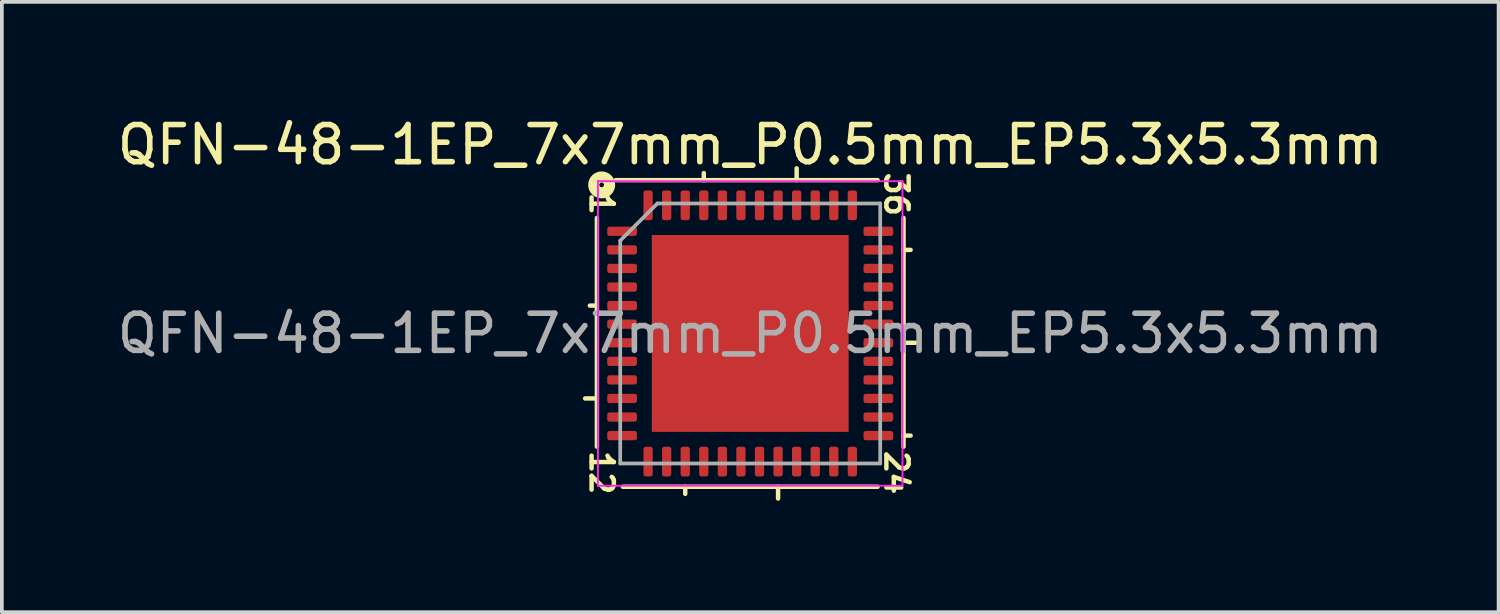
<source format=kicad_pcb>
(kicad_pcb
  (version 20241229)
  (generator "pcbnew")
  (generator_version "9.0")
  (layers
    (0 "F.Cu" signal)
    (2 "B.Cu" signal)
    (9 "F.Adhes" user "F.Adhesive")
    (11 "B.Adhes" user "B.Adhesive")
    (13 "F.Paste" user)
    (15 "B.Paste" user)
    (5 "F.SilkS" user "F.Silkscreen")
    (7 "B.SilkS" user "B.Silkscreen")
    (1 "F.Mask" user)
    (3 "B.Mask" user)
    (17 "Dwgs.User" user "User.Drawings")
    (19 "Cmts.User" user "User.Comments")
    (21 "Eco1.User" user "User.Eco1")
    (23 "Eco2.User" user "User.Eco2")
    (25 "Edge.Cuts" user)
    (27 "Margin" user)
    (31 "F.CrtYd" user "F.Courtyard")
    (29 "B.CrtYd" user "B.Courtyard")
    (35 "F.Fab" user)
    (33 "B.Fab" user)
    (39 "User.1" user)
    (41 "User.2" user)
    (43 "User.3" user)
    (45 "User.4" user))
  (footprint "QFN-48-1EP_7x7mm_P0.5mm_EP5.3x5.3mm"
    (layer "F.Cu")
    (at 17.149 5.928)
    (property "Reference" "QFN-48-1EP_7x7mm_P0.5mm_EP5.3x5.3mm" (at 0 -5.08 0) (layer "F.SilkS") (effects (font (size 1 1) (thickness 0.15))))
    (attr smd)
    (fp_line (start -4.128 -3.111) (end -4.128 3.048) (stroke (width 0.12) (type solid)) (layer "F.SilkS"))
    (fp_line (start -4.128 -0.75) (end -4.318 -0.75) (stroke (width 0.12) (type solid)) (layer "F.SilkS"))
    (fp_line (start -4.128 1.75) (end -4.445 1.75) (stroke (width 0.12) (type solid)) (layer "F.SilkS"))
    (fp_line (start -3.429 4.128) (end 3.429 4.128) (stroke (width 0.12) (type solid)) (layer "F.SilkS"))
    (fp_line (start -1.75 4.128) (end -1.75 4.318) (stroke (width 0.12) (type solid)) (layer "F.SilkS"))
    (fp_line (start -1.25 -4.128) (end -1.25 -4.318) (stroke (width 0.12) (type solid)) (layer "F.SilkS"))
    (fp_line (start 0.75 4.128) (end 0.75 4.445) (stroke (width 0.12) (type solid)) (layer "F.SilkS"))
    (fp_line (start 1.25 -4.128) (end 1.25 -4.445) (stroke (width 0.12) (type solid)) (layer "F.SilkS"))
    (fp_line (start 3.429 -4.128) (end -3.619 -4.128) (stroke (width 0.12) (type solid)) (layer "F.SilkS"))
    (fp_line (start 4.128 -2.25) (end 4.318 -2.25) (stroke (width 0.12) (type solid)) (layer "F.SilkS"))
    (fp_line (start 4.128 0.25) (end 4.445 0.25) (stroke (width 0.12) (type solid)) (layer "F.SilkS"))
    (fp_line (start 4.128 2.75) (end 4.318 2.75) (stroke (width 0.12) (type solid)) (layer "F.SilkS"))
    (fp_line (start 4.128 3.048) (end 4.128 -3.111) (stroke (width 0.12) (type solid)) (layer "F.SilkS"))
    (fp_circle (center -4 -4) (end -3.937 -4) (stroke (width 0.3) (type solid)) (fill no) (layer "F.SilkS"))
    (fp_line (start -4.1 -4.1) (end -4.1 4.1) (stroke (width 0.05) (type solid)) (layer "F.CrtYd"))
    (fp_line (start -4.1 4.1) (end 4.1 4.1) (stroke (width 0.05) (type solid)) (layer "F.CrtYd"))
    (fp_line (start 4.1 -4.1) (end -4.1 -4.1) (stroke (width 0.05) (type solid)) (layer "F.CrtYd"))
    (fp_line (start 4.1 4.1) (end 4.1 -4.1) (stroke (width 0.05) (type solid)) (layer "F.CrtYd"))
    (fp_line (start -3.5 -2.5) (end -2.5 -3.5) (stroke (width 0.1) (type solid)) (layer "F.Fab"))
    (fp_line (start -3.5 3.5) (end -3.5 -2.5) (stroke (width 0.1) (type solid)) (layer "F.Fab"))
    (fp_line (start -2.5 -3.5) (end 3.5 -3.5) (stroke (width 0.1) (type solid)) (layer "F.Fab"))
    (fp_line (start 3.5 -3.5) (end 3.5 3.5) (stroke (width 0.1) (type solid)) (layer "F.Fab"))
    (fp_line (start 3.5 3.5) (end -3.5 3.5) (stroke (width 0.1) (type solid)) (layer "F.Fab"))
    (fp_text user "12" (at -4 3.747 270) (unlocked yes) (layer "F.SilkS") (effects (font (size 0.6 0.6) (thickness 0.12))))
    (fp_text user "24" (at 3.937 3.747 270) (unlocked yes) (layer "F.SilkS") (effects (font (size 0.6 0.6) (thickness 0.12))))
    (fp_text user "36" (at 3.937 -3.747 270) (unlocked yes) (layer "F.SilkS") (effects (font (size 0.6 0.6) (thickness 0.12))))
    (fp_text user "1" (at -4 -3.493 270) (unlocked yes) (layer "F.SilkS") (effects (font (size 0.6 0.6) (thickness 0.12))))
    (fp_text user "${REFERENCE}" (at 0 0 0) (layer "F.Fab") (effects (font (size 1 1) (thickness 0.15))))
    (pad "" smd roundrect (at -1.98 -1.98) (size 1.07 1.07) (layers "F.Paste") (roundrect_rratio 0.234))
    (pad "" smd roundrect (at -1.98 -0.66) (size 1.07 1.07) (layers "F.Paste") (roundrect_rratio 0.234))
    (pad "" smd roundrect (at -1.98 0.66) (size 1.07 1.07) (layers "F.Paste") (roundrect_rratio 0.234))
    (pad "" smd roundrect (at -1.98 1.98) (size 1.07 1.07) (layers "F.Paste") (roundrect_rratio 0.234))
    (pad "" smd roundrect (at -0.66 -1.98) (size 1.07 1.07) (layers "F.Paste") (roundrect_rratio 0.234))
    (pad "" smd roundrect (at -0.66 -0.66) (size 1.07 1.07) (layers "F.Paste") (roundrect_rratio 0.234))
    (pad "" smd roundrect (at -0.66 0.66) (size 1.07 1.07) (layers "F.Paste") (roundrect_rratio 0.234))
    (pad "" smd roundrect (at -0.66 1.98) (size 1.07 1.07) (layers "F.Paste") (roundrect_rratio 0.234))
    (pad "" smd roundrect (at 0.66 -1.98) (size 1.07 1.07) (layers "F.Paste") (roundrect_rratio 0.234))
    (pad "" smd roundrect (at 0.66 -0.66) (size 1.07 1.07) (layers "F.Paste") (roundrect_rratio 0.234))
    (pad "" smd roundrect (at 0.66 0.66) (size 1.07 1.07) (layers "F.Paste") (roundrect_rratio 0.234))
    (pad "" smd roundrect (at 0.66 1.98) (size 1.07 1.07) (layers "F.Paste") (roundrect_rratio 0.234))
    (pad "" smd roundrect (at 1.98 -1.98) (size 1.07 1.07) (layers "F.Paste") (roundrect_rratio 0.234))
    (pad "" smd roundrect (at 1.98 -0.66) (size 1.07 1.07) (layers "F.Paste") (roundrect_rratio 0.234))
    (pad "" smd roundrect (at 1.98 0.66) (size 1.07 1.07) (layers "F.Paste") (roundrect_rratio 0.234))
    (pad "" smd roundrect (at 1.98 1.98) (size 1.07 1.07) (layers "F.Paste") (roundrect_rratio 0.234))
    (pad "1" smd roundrect (at -3.45 -2.75) (size 0.8 0.25) (layers "F.Cu" "F.Mask" "F.Paste") (roundrect_rratio 0.25))
    (pad "2" smd roundrect (at -3.45 -2.25) (size 0.8 0.25) (layers "F.Cu" "F.Mask" "F.Paste") (roundrect_rratio 0.25))
    (pad "3" smd roundrect (at -3.45 -1.75) (size 0.8 0.25) (layers "F.Cu" "F.Mask" "F.Paste") (roundrect_rratio 0.25))
    (pad "4" smd roundrect (at -3.45 -1.25) (size 0.8 0.25) (layers "F.Cu" "F.Mask" "F.Paste") (roundrect_rratio 0.25))
    (pad "5" smd roundrect (at -3.45 -0.75) (size 0.8 0.25) (layers "F.Cu" "F.Mask" "F.Paste") (roundrect_rratio 0.25))
    (pad "6" smd roundrect (at -3.45 -0.25) (size 0.8 0.25) (layers "F.Cu" "F.Mask" "F.Paste") (roundrect_rratio 0.25))
    (pad "7" smd roundrect (at -3.45 0.25) (size 0.8 0.25) (layers "F.Cu" "F.Mask" "F.Paste") (roundrect_rratio 0.25))
    (pad "8" smd roundrect (at -3.45 0.75) (size 0.8 0.25) (layers "F.Cu" "F.Mask" "F.Paste") (roundrect_rratio 0.25))
    (pad "9" smd roundrect (at -3.45 1.25) (size 0.8 0.25) (layers "F.Cu" "F.Mask" "F.Paste") (roundrect_rratio 0.25))
    (pad "10" smd roundrect (at -3.45 1.75) (size 0.8 0.25) (layers "F.Cu" "F.Mask" "F.Paste") (roundrect_rratio 0.25))
    (pad "11" smd roundrect (at -3.45 2.25) (size 0.8 0.25) (layers "F.Cu" "F.Mask" "F.Paste") (roundrect_rratio 0.25))
    (pad "12" smd roundrect (at -3.45 2.75) (size 0.8 0.25) (layers "F.Cu" "F.Mask" "F.Paste") (roundrect_rratio 0.25))
    (pad "13" smd roundrect (at -2.75 3.45) (size 0.25 0.8) (layers "F.Cu" "F.Mask" "F.Paste") (roundrect_rratio 0.25))
    (pad "14" smd roundrect (at -2.25 3.45) (size 0.25 0.8) (layers "F.Cu" "F.Mask" "F.Paste") (roundrect_rratio 0.25))
    (pad "15" smd roundrect (at -1.75 3.45) (size 0.25 0.8) (layers "F.Cu" "F.Mask" "F.Paste") (roundrect_rratio 0.25))
    (pad "16" smd roundrect (at -1.25 3.45) (size 0.25 0.8) (layers "F.Cu" "F.Mask" "F.Paste") (roundrect_rratio 0.25))
    (pad "17" smd roundrect (at -0.75 3.45) (size 0.25 0.8) (layers "F.Cu" "F.Mask" "F.Paste") (roundrect_rratio 0.25))
    (pad "18" smd roundrect (at -0.25 3.45) (size 0.25 0.8) (layers "F.Cu" "F.Mask" "F.Paste") (roundrect_rratio 0.25))
    (pad "19" smd roundrect (at 0.25 3.45) (size 0.25 0.8) (layers "F.Cu" "F.Mask" "F.Paste") (roundrect_rratio 0.25))
    (pad "20" smd roundrect (at 0.75 3.45) (size 0.25 0.8) (layers "F.Cu" "F.Mask" "F.Paste") (roundrect_rratio 0.25))
    (pad "21" smd roundrect (at 1.25 3.45) (size 0.25 0.8) (layers "F.Cu" "F.Mask" "F.Paste") (roundrect_rratio 0.25))
    (pad "22" smd roundrect (at 1.75 3.45) (size 0.25 0.8) (layers "F.Cu" "F.Mask" "F.Paste") (roundrect_rratio 0.25))
    (pad "23" smd roundrect (at 2.25 3.45) (size 0.25 0.8) (layers "F.Cu" "F.Mask" "F.Paste") (roundrect_rratio 0.25))
    (pad "24" smd roundrect (at 2.75 3.45) (size 0.25 0.8) (layers "F.Cu" "F.Mask" "F.Paste") (roundrect_rratio 0.25))
    (pad "25" smd roundrect (at 3.45 2.75) (size 0.8 0.25) (layers "F.Cu" "F.Mask" "F.Paste") (roundrect_rratio 0.25))
    (pad "26" smd roundrect (at 3.45 2.25) (size 0.8 0.25) (layers "F.Cu" "F.Mask" "F.Paste") (roundrect_rratio 0.25))
    (pad "27" smd roundrect (at 3.45 1.75) (size 0.8 0.25) (layers "F.Cu" "F.Mask" "F.Paste") (roundrect_rratio 0.25))
    (pad "28" smd roundrect (at 3.45 1.25) (size 0.8 0.25) (layers "F.Cu" "F.Mask" "F.Paste") (roundrect_rratio 0.25))
    (pad "29" smd roundrect (at 3.45 0.75) (size 0.8 0.25) (layers "F.Cu" "F.Mask" "F.Paste") (roundrect_rratio 0.25))
    (pad "30" smd roundrect (at 3.45 0.25) (size 0.8 0.25) (layers "F.Cu" "F.Mask" "F.Paste") (roundrect_rratio 0.25))
    (pad "31" smd roundrect (at 3.45 -0.25) (size 0.8 0.25) (layers "F.Cu" "F.Mask" "F.Paste") (roundrect_rratio 0.25))
    (pad "32" smd roundrect (at 3.45 -0.75) (size 0.8 0.25) (layers "F.Cu" "F.Mask" "F.Paste") (roundrect_rratio 0.25))
    (pad "33" smd roundrect (at 3.45 -1.25) (size 0.8 0.25) (layers "F.Cu" "F.Mask" "F.Paste") (roundrect_rratio 0.25))
    (pad "34" smd roundrect (at 3.45 -1.75) (size 0.8 0.25) (layers "F.Cu" "F.Mask" "F.Paste") (roundrect_rratio 0.25))
    (pad "35" smd roundrect (at 3.45 -2.25) (size 0.8 0.25) (layers "F.Cu" "F.Mask" "F.Paste") (roundrect_rratio 0.25))
    (pad "36" smd roundrect (at 3.45 -2.75) (size 0.8 0.25) (layers "F.Cu" "F.Mask" "F.Paste") (roundrect_rratio 0.25))
    (pad "37" smd roundrect (at 2.75 -3.45) (size 0.25 0.8) (layers "F.Cu" "F.Mask" "F.Paste") (roundrect_rratio 0.25))
    (pad "38" smd roundrect (at 2.25 -3.45) (size 0.25 0.8) (layers "F.Cu" "F.Mask" "F.Paste") (roundrect_rratio 0.25))
    (pad "39" smd roundrect (at 1.75 -3.45) (size 0.25 0.8) (layers "F.Cu" "F.Mask" "F.Paste") (roundrect_rratio 0.25))
    (pad "40" smd roundrect (at 1.25 -3.45) (size 0.25 0.8) (layers "F.Cu" "F.Mask" "F.Paste") (roundrect_rratio 0.25))
    (pad "41" smd roundrect (at 0.75 -3.45) (size 0.25 0.8) (layers "F.Cu" "F.Mask" "F.Paste") (roundrect_rratio 0.25))
    (pad "42" smd roundrect (at 0.25 -3.45) (size 0.25 0.8) (layers "F.Cu" "F.Mask" "F.Paste") (roundrect_rratio 0.25))
    (pad "43" smd roundrect (at -0.25 -3.45) (size 0.25 0.8) (layers "F.Cu" "F.Mask" "F.Paste") (roundrect_rratio 0.25))
    (pad "44" smd roundrect (at -0.75 -3.45) (size 0.25 0.8) (layers "F.Cu" "F.Mask" "F.Paste") (roundrect_rratio 0.25))
    (pad "45" smd roundrect (at -1.25 -3.45) (size 0.25 0.8) (layers "F.Cu" "F.Mask" "F.Paste") (roundrect_rratio 0.25))
    (pad "46" smd roundrect (at -1.75 -3.45) (size 0.25 0.8) (layers "F.Cu" "F.Mask" "F.Paste") (roundrect_rratio 0.25))
    (pad "47" smd roundrect (at -2.25 -3.45) (size 0.25 0.8) (layers "F.Cu" "F.Mask" "F.Paste") (roundrect_rratio 0.25))
    (pad "48" smd roundrect (at -2.75 -3.45) (size 0.25 0.8) (layers "F.Cu" "F.Mask" "F.Paste") (roundrect_rratio 0.25))
    (pad "49" smd rect (at 0 0) (size 5.3 5.3) (layers "F.Cu" "F.Mask")))
  (gr_rect
    (start -3 -3)
    (end 37.298 13.433)
    (stroke (width 0.1) (type default))
    (fill no)
    (layer "Edge.Cuts")))
</source>
